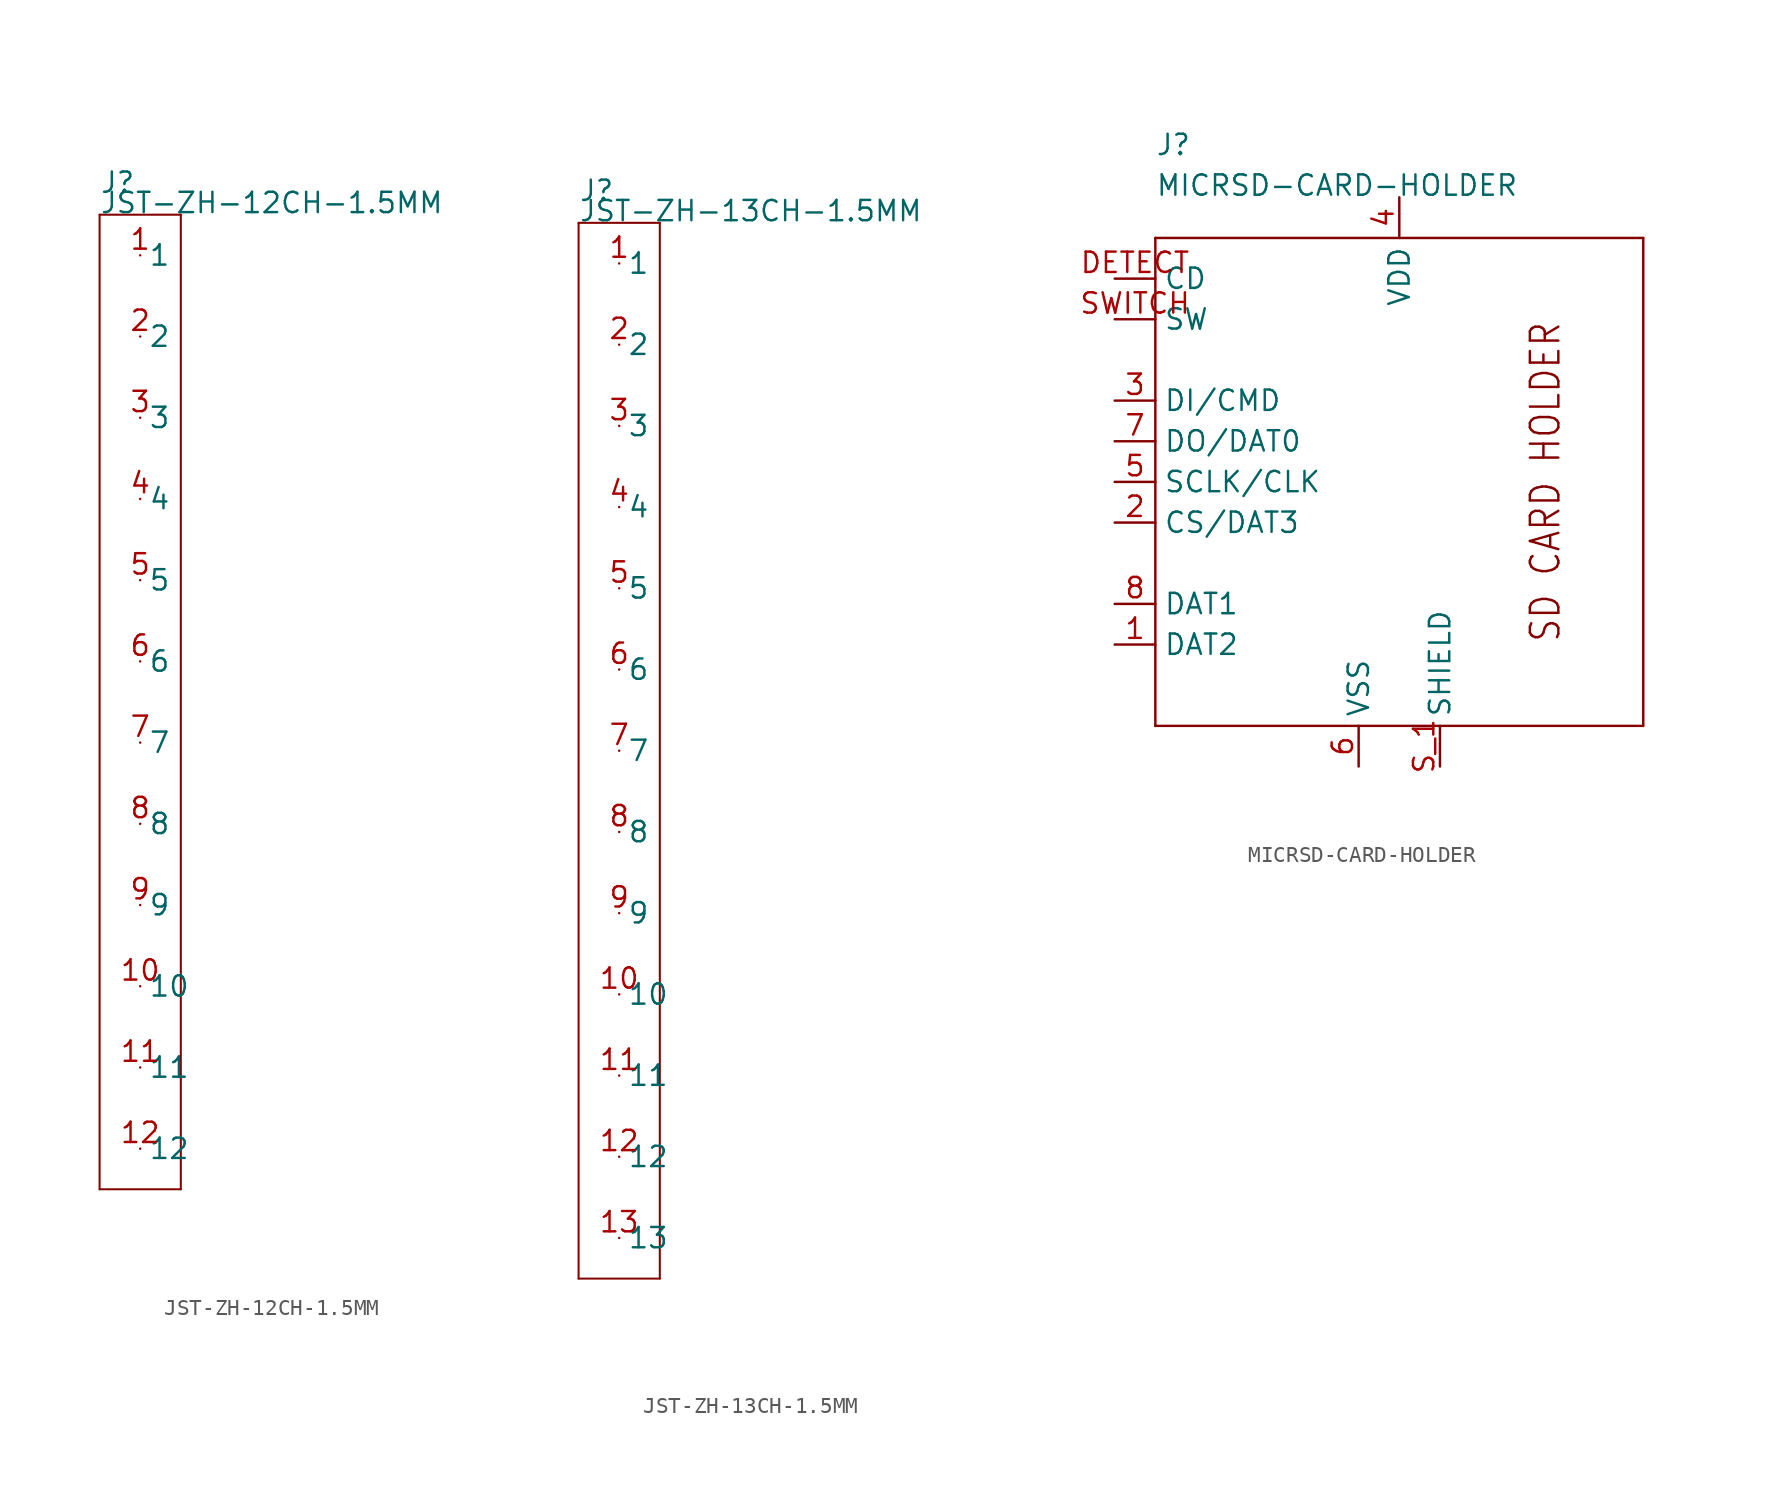
<source format=kicad_sym>
(kicad_symbol_lib
  (version 20211014)
  (generator kicad_symbol_editor)
  (symbol "JST-ZH-12CH-1.5MM"
    (pin_names)
    (property "Reference" "J"
      (at -2.54 31.75 0)
      (effects (font (size 1.27 1.27)) (justify left bottom)))
    (property "Value" "JST-ZH-12CH-1.5MM"
      (at -2.54 30.48 0)
      (effects (font (size 1.27 1.27)) (justify left bottom)))
    (property "Datasheet" ""
      (at 0 0 0))
    (property "ki_description" " JST 1x12  -  SMT and THT JST 12POS 1.5MM Technical Specifications: Pitch: 1.5mm "
      (at 0 0 0))
    (property "ki_fp_filters" "FlashPCB_Connectors:JST-S12B-ZR-SM2-TF-ZH-SMT-RA-12CH-1.5MM FlashPCB_Connectors:JST-S12B-ZR-SM2-TF-ZH-SMT-RA-12CH-1.5MM-NOSILK FlashPCB_Connectors:JST-B12B-ZR-SM4-TF-ZH-SMT-VERT-12CH-1.5MM FlashPCB_Connectors:JST-B12B-ZR-SM4-TF-ZH-SMT-VERT-12CH-1.5MM-NOSILK FlashPCB_Connectors:JST-S12B-ZR-SM4A-TF-ZH-SMT-RA-12CH-1.5MM FlashPCB_Connectors:JST-S12B-ZR-SM4A-TF-ZH-SMT-RA-12CH-1.5MM-NOSILK FlashPCB_Connectors:JST-B12B-ZR-ZH-THT-VERT-12CH-1.5MM FlashPCB_Connectors:JST-B12B-ZR-ZH-THT-VERT-12CH-1.5MM-NOSILK FlashPCB_Connectors:JST-S12B-ZR-ZH-THT-RA-12CH-1.5MM FlashPCB_Connectors:JST-S12B-ZR-ZH-THT-RA-12CH-1.5MM-NOSILK FlashPCB_Connectors:JST-B12B-ZR-ZH-THT-VERT-12CH-1.5MM-LONG FlashPCB_Connectors:JST-B12B-ZR-ZH-THT-VERT-12CH-1.5MM-LONG-NOSILK FlashPCB_Connectors:JST-S12B-ZR-ZH-THT-RA-12CH-1.5MM-LONG FlashPCB_Connectors:JST-S12B-ZR-ZH-THT-RA-12CH-1.5MM-LONG-NOSILK"
      (at 0 0 0))
    (symbol "JST-ZH-12CH-1.5MM_1_1"
      (polyline (pts (xy -2.54 30.48) (xy 2.54 30.48)) (stroke (width 0.127)) (fill (type none)))
      (polyline (pts (xy 2.54 30.48) (xy 2.54 -30.48)) (stroke (width 0.127)) (fill (type none)))
      (polyline (pts (xy 2.54 -30.48) (xy -2.54 -30.48)) (stroke (width 0.127)) (fill (type none)))
      (polyline (pts (xy -2.54 -30.48) (xy -2.54 30.48)) (stroke (width 0.127)) (fill (type none)))
      (pin bidirectional line (at 0 27.94 0) (length 0) (name "1" (effects (font (size 1.27 1.27)))) (number "1" (effects (font (size 1.27 1.27)))))
      (pin bidirectional line (at 0 22.86 0) (length 0) (name "2" (effects (font (size 1.27 1.27)))) (number "2" (effects (font (size 1.27 1.27)))))
      (pin bidirectional line (at 0 17.78 0) (length 0) (name "3" (effects (font (size 1.27 1.27)))) (number "3" (effects (font (size 1.27 1.27)))))
      (pin bidirectional line (at 0 12.7 0) (length 0) (name "4" (effects (font (size 1.27 1.27)))) (number "4" (effects (font (size 1.27 1.27)))))
      (pin bidirectional line (at 0 7.62 0) (length 0) (name "5" (effects (font (size 1.27 1.27)))) (number "5" (effects (font (size 1.27 1.27)))))
      (pin bidirectional line (at 0 2.54 0) (length 0) (name "6" (effects (font (size 1.27 1.27)))) (number "6" (effects (font (size 1.27 1.27)))))
      (pin bidirectional line (at 0 -2.54 0) (length 0) (name "7" (effects (font (size 1.27 1.27)))) (number "7" (effects (font (size 1.27 1.27)))))
      (pin bidirectional line (at 0 -7.62 0) (length 0) (name "8" (effects (font (size 1.27 1.27)))) (number "8" (effects (font (size 1.27 1.27)))))
      (pin bidirectional line (at 0 -12.7 0) (length 0) (name "9" (effects (font (size 1.27 1.27)))) (number "9" (effects (font (size 1.27 1.27)))))
      (pin bidirectional line (at 0 -17.78 0) (length 0) (name "10" (effects (font (size 1.27 1.27)))) (number "10" (effects (font (size 1.27 1.27)))))
      (pin bidirectional line (at 0 -22.86 0) (length 0) (name "11" (effects (font (size 1.27 1.27)))) (number "11" (effects (font (size 1.27 1.27)))))
      (pin bidirectional line (at 0 -27.94 0) (length 0) (name "12" (effects (font (size 1.27 1.27)))) (number "12" (effects (font (size 1.27 1.27)))))))
  (symbol "JST-ZH-13CH-1.5MM"
    (pin_names)
    (property "Reference" "J"
      (at -2.54 34.29 0)
      (effects (font (size 1.27 1.27)) (justify left bottom)))
    (property "Value" "JST-ZH-13CH-1.5MM"
      (at -2.54 33.02 0)
      (effects (font (size 1.27 1.27)) (justify left bottom)))
    (property "Datasheet" ""
      (at 0 0 0))
    (property "ki_description" " JST 1x13  -  SMT and THT JST 13POS 1.5MM Technical Specifications: Pitch: 1.5mm "
      (at 0 0 0))
    (property "ki_fp_filters" "FlashPCB_Connectors:JST-S13B-ZR-SM2-TF-ZH-SMT-RA-13CH-1.5MM FlashPCB_Connectors:JST-S13B-ZR-SM2-TF-ZH-SMT-RA-13CH-1.5MM-NOSILK FlashPCB_Connectors:JST-B13B-ZR-SM4-TF-ZH-SMT-VERT-13CH-1.5MM FlashPCB_Connectors:JST-B13B-ZR-SM4-TF-ZH-SMT-VERT-13CH-1.5MM-NOSILK FlashPCB_Connectors:JST-S13B-ZR-SM4A-TF-ZH-SMT-RA-13CH-1.5MM FlashPCB_Connectors:JST-S13B-ZR-SM4A-TF-ZH-SMT-RA-13CH-1.5MM-NOSILK FlashPCB_Connectors:JST-B13B-ZR-ZH-THT-VERT-13CH-1.5MM FlashPCB_Connectors:JST-B13B-ZR-ZH-THT-VERT-13CH-1.5MM-NOSILK FlashPCB_Connectors:JST-S13B-ZR-ZH-THT-RA-13CH-1.5MM FlashPCB_Connectors:JST-S13B-ZR-ZH-THT-RA-13CH-1.5MM-NOSILK FlashPCB_Connectors:JST-B13B-ZR-ZH-THT-VERT-13CH-1.5MM-LONG FlashPCB_Connectors:JST-B13B-ZR-ZH-THT-VERT-13CH-1.5MM-LONG-NOSILK FlashPCB_Connectors:JST-S13B-ZR-ZH-THT-RA-13CH-1.5MM-LONG FlashPCB_Connectors:JST-S13B-ZR-ZH-THT-RA-13CH-1.5MM-LONG-NOSILK"
      (at 0 0 0))
    (symbol "JST-ZH-13CH-1.5MM_1_1"
      (polyline (pts (xy -2.54 33.02) (xy 2.54 33.02)) (stroke (width 0.127)) (fill (type none)))
      (polyline (pts (xy 2.54 33.02) (xy 2.54 -33.02)) (stroke (width 0.127)) (fill (type none)))
      (polyline (pts (xy 2.54 -33.02) (xy -2.54 -33.02)) (stroke (width 0.127)) (fill (type none)))
      (polyline (pts (xy -2.54 -33.02) (xy -2.54 33.02)) (stroke (width 0.127)) (fill (type none)))
      (pin bidirectional line (at 0 30.48 0) (length 0) (name "1" (effects (font (size 1.27 1.27)))) (number "1" (effects (font (size 1.27 1.27)))))
      (pin bidirectional line (at 0 25.4 0) (length 0) (name "2" (effects (font (size 1.27 1.27)))) (number "2" (effects (font (size 1.27 1.27)))))
      (pin bidirectional line (at 0 20.32 0) (length 0) (name "3" (effects (font (size 1.27 1.27)))) (number "3" (effects (font (size 1.27 1.27)))))
      (pin bidirectional line (at 0 15.24 0) (length 0) (name "4" (effects (font (size 1.27 1.27)))) (number "4" (effects (font (size 1.27 1.27)))))
      (pin bidirectional line (at 0 10.16 0) (length 0) (name "5" (effects (font (size 1.27 1.27)))) (number "5" (effects (font (size 1.27 1.27)))))
      (pin bidirectional line (at 0 5.08 0) (length 0) (name "6" (effects (font (size 1.27 1.27)))) (number "6" (effects (font (size 1.27 1.27)))))
      (pin bidirectional line (at 0 0 0) (length 0) (name "7" (effects (font (size 1.27 1.27)))) (number "7" (effects (font (size 1.27 1.27)))))
      (pin bidirectional line (at 0 -5.08 0) (length 0) (name "8" (effects (font (size 1.27 1.27)))) (number "8" (effects (font (size 1.27 1.27)))))
      (pin bidirectional line (at 0 -10.16 0) (length 0) (name "9" (effects (font (size 1.27 1.27)))) (number "9" (effects (font (size 1.27 1.27)))))
      (pin bidirectional line (at 0 -15.24 0) (length 0) (name "10" (effects (font (size 1.27 1.27)))) (number "10" (effects (font (size 1.27 1.27)))))
      (pin bidirectional line (at 0 -20.32 0) (length 0) (name "11" (effects (font (size 1.27 1.27)))) (number "11" (effects (font (size 1.27 1.27)))))
      (pin bidirectional line (at 0 -25.4 0) (length 0) (name "12" (effects (font (size 1.27 1.27)))) (number "12" (effects (font (size 1.27 1.27)))))
      (pin bidirectional line (at 0 -30.48 0) (length 0) (name "13" (effects (font (size 1.27 1.27)))) (number "13" (effects (font (size 1.27 1.27)))))))
  (symbol "MICRSD-CARD-HOLDER"
    (pin_names)
    (property "Reference" "J"
      (at -15.24 20.32 0)
      (effects (font (size 1.27 1.27)) (justify left bottom)))
    (property "Value" "MICRSD-CARD-HOLDER"
      (at -15.24 17.78 0)
      (effects (font (size 1.27 1.27)) (justify left bottom)))
    (property "Datasheet" ""
      (at 0 0 0))
    (property "ki_description" "Micro SD Card Holder  - microSD Memory Card Connector   Technical Specifications:    Pitch: 1.1mm   Number of Positions: 10 (8 + Card Detect + Switch)       Component Search:  [DATA SHEET NAME]   Datasheet:  Molex 5031821852 "
      (at 0 0 0))
    (property "ki_fp_filters" "FlashPCB_Connectors:MICROSD-CARD-HOLDER-MOLEX-5031821852"
      (at 0 0 0))
    (symbol "MICRSD-CARD-HOLDER_1_1"
      (text "SD CARD HOLDER" (at 10.16 0 900) (effects (font (size 1.778 1.52)) (justify bottom)))
      (polyline (pts (xy -15.24 15.24) (xy 15.24 15.24)) (stroke (width 0.152)) (fill (type none)))
      (polyline (pts (xy 15.24 15.24) (xy 15.24 -15.24)) (stroke (width 0.152)) (fill (type none)))
      (polyline (pts (xy 15.24 -15.24) (xy -15.24 -15.24)) (stroke (width 0.152)) (fill (type none)))
      (polyline (pts (xy -15.24 -15.24) (xy -15.24 15.24)) (stroke (width 0.152)) (fill (type none)))
      (pin bidirectional line (at -17.78 -2.54 0) (length 2.54) (name "CS/DAT3" (effects (font (size 1.27 1.27)))) (number "2" (effects (font (size 1.27 1.27)))))
      (pin bidirectional line (at -17.78 5.08 0) (length 2.54) (name "DI/CMD" (effects (font (size 1.27 1.27)))) (number "3" (effects (font (size 1.27 1.27)))))
      (pin bidirectional line (at -2.54 -17.78 90) (length 2.54) (name "VSS" (effects (font (size 1.27 1.27)))) (number "6" (effects (font (size 1.27 1.27)))))
      (pin bidirectional line (at 0 17.78 270) (length 2.54) (name "VDD" (effects (font (size 1.27 1.27)))) (number "4" (effects (font (size 1.27 1.27)))))
      (pin bidirectional line (at -17.78 0 0) (length 2.54) (name "SCLK/CLK" (effects (font (size 1.27 1.27)))) (number "5" (effects (font (size 1.27 1.27)))))
      (pin bidirectional line (at -17.78 2.54 0) (length 2.54) (name "DO/DAT0" (effects (font (size 1.27 1.27)))) (number "7" (effects (font (size 1.27 1.27)))))
      (pin bidirectional line (at -17.78 -7.62 0) (length 2.54) (name "DAT1" (effects (font (size 1.27 1.27)))) (number "8" (effects (font (size 1.27 1.27)))))
      (pin bidirectional line (at -17.78 -10.16 0) (length 2.54) (name "DAT2" (effects (font (size 1.27 1.27)))) (number "1" (effects (font (size 1.27 1.27)))))
      (pin bidirectional line (at -17.78 12.7 0) (length 2.54) (name "CD" (effects (font (size 1.27 1.27)))) (number "DETECT" (effects (font (size 1.27 1.27)))))
      (pin bidirectional line (at -17.78 10.16 0) (length 2.54) (name "SW" (effects (font (size 1.27 1.27)))) (number "SWITCH" (effects (font (size 1.27 1.27)))))
      (pin bidirectional line (at 2.54 -17.78 90) (length 2.54) (name "SHIELD" (effects (font (size 1.27 1.27)))) (number "S_1" (effects (font (size 1.27 1.27)))))
      (pin bidirectional line (at 2.54 -17.78 90) (length 2.54) hide (name "SHIELD" (effects (font (size 1.27 1.27)))) (number "S_2" (effects (font (size 1.27 1.27)))))
      (pin bidirectional line (at 2.54 -17.78 90) (length 2.54) hide (name "SHIELD" (effects (font (size 1.27 1.27)))) (number "S_3" (effects (font (size 1.27 1.27)))))
      (pin bidirectional line (at 2.54 -17.78 90) (length 2.54) hide (name "SHIELD" (effects (font (size 1.27 1.27)))) (number "S_4" (effects (font (size 1.27 1.27)))))
      (pin bidirectional line (at 2.54 -17.78 90) (length 2.54) hide (name "SHIELD" (effects (font (size 1.27 1.27)))) (number "S_5" (effects (font (size 1.27 1.27))))))))
</source>
